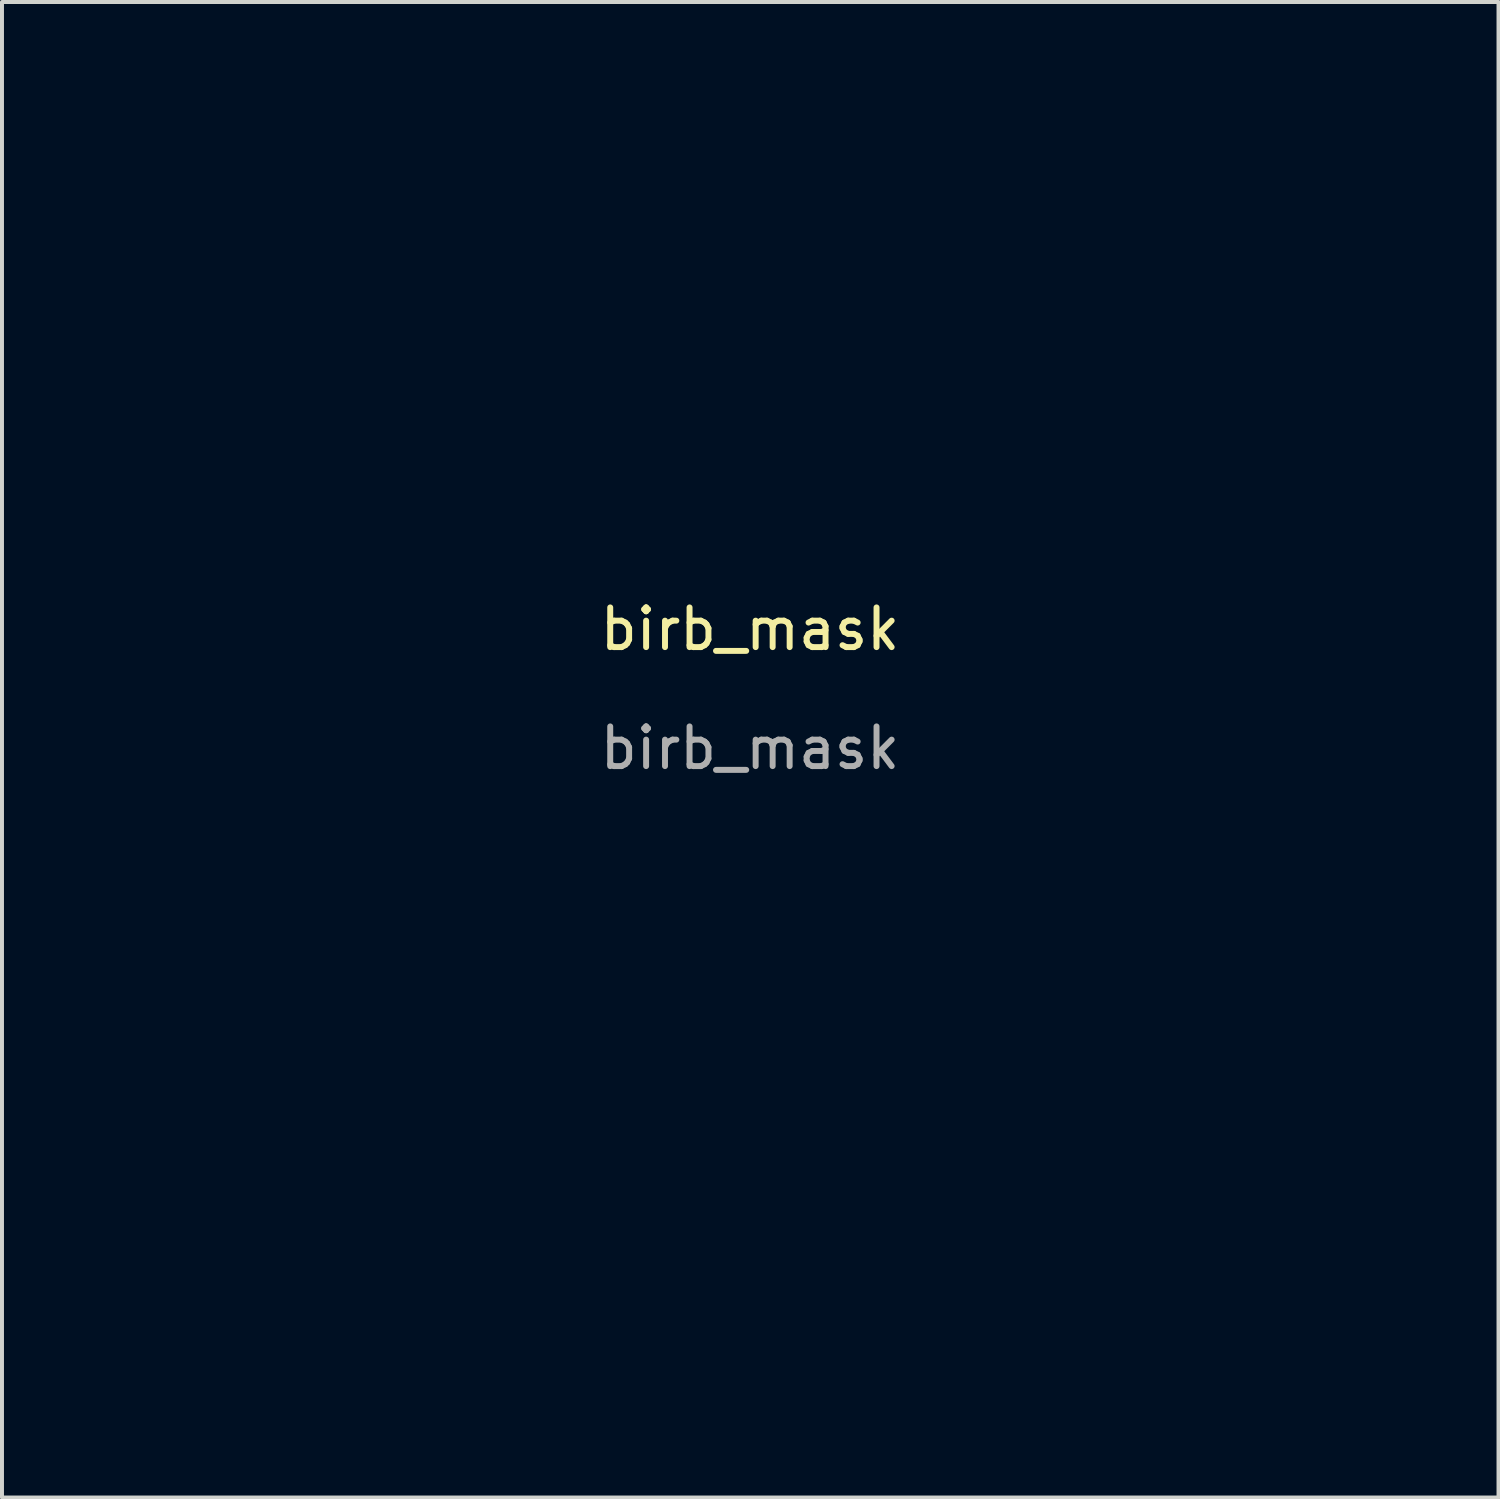
<source format=kicad_pcb>
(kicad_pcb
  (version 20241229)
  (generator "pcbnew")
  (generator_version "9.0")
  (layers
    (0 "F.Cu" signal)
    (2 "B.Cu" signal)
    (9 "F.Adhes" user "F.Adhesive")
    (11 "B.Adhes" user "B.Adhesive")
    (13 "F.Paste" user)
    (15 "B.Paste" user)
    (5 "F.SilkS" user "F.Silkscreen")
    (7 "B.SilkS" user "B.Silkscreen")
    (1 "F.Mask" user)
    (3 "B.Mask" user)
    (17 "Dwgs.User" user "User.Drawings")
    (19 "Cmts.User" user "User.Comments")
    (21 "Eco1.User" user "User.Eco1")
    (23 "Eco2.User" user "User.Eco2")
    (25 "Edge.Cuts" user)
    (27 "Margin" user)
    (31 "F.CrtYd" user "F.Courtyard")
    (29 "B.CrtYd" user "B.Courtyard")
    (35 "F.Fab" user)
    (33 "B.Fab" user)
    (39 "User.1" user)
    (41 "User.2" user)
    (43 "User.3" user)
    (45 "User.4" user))
  (footprint "birb_mask"
    (layer "F.Cu")
    (at 15.86 13.311)
    (property "Reference" "birb_mask" (at 0 -0.5 0) (unlocked yes) (layer "F.SilkS") (effects (font (size 1 1) (thickness 0.15))))
    (fp_poly (pts (xy 3.008 -13.311) (xy 3.237 -13.309) (xy 3.45 -13.306) (xy 3.64 -13.301) (xy 3.802 -13.295) (xy 3.929 -13.287) (xy 3.965 -13.284) (xy 4.301 -13.247) (xy 4.601 -13.207) (xy 4.869 -13.163) (xy 5.111 -13.113) (xy 5.334 -13.055) (xy 5.542 -12.99) (xy 5.741 -12.914) (xy 5.937 -12.827) (xy 6.028 -12.783) (xy 6.459 -12.556) (xy 6.854 -12.326) (xy 7.217 -12.089) (xy 7.552 -11.842) (xy 7.81 -11.631) (xy 7.896 -11.558) (xy 7.981 -11.486) (xy 8.053 -11.424) (xy 8.092 -11.392) (xy 8.222 -11.311) (xy 8.37 -11.263) (xy 8.527 -11.251) (xy 8.682 -11.275) (xy 8.707 -11.283) (xy 8.761 -11.306) (xy 8.842 -11.347) (xy 8.939 -11.401) (xy 9.045 -11.462) (xy 9.094 -11.491) (xy 9.565 -11.764) (xy 10.034 -12.008) (xy 10.496 -12.22) (xy 10.949 -12.4) (xy 11.388 -12.545) (xy 11.801 -12.653) (xy 12.194 -12.724) (xy 12.584 -12.764) (xy 12.964 -12.773) (xy 13.33 -12.749) (xy 13.674 -12.693) (xy 13.715 -12.684) (xy 13.963 -12.617) (xy 14.179 -12.535) (xy 14.372 -12.435) (xy 14.551 -12.31) (xy 14.726 -12.156) (xy 14.764 -12.119) (xy 14.855 -12.025) (xy 14.922 -11.945) (xy 14.974 -11.867) (xy 15.022 -11.778) (xy 15.033 -11.757) (xy 15.131 -11.526) (xy 15.213 -11.277) (xy 15.274 -11.028) (xy 15.295 -10.903) (xy 15.31 -10.746) (xy 15.32 -10.565) (xy 15.325 -10.37) (xy 15.324 -10.172) (xy 15.318 -9.979) (xy 15.307 -9.801) (xy 15.289 -9.647) (xy 15.284 -9.61) (xy 15.189 -9.155) (xy 15.054 -8.686) (xy 14.88 -8.204) (xy 14.666 -7.708) (xy 14.412 -7.199) (xy 14.119 -6.677) (xy 14.058 -6.575) (xy 13.981 -6.446) (xy 13.923 -6.346) (xy 13.881 -6.268) (xy 13.851 -6.206) (xy 13.831 -6.152) (xy 13.817 -6.101) (xy 13.809 -6.063) (xy 13.798 -5.95) (xy 13.809 -5.84) (xy 13.844 -5.727) (xy 13.907 -5.608) (xy 14 -5.476) (xy 14.125 -5.326) (xy 14.152 -5.296) (xy 14.319 -5.097) (xy 14.493 -4.87) (xy 14.667 -4.622) (xy 14.839 -4.359) (xy 15.005 -4.089) (xy 15.159 -3.818) (xy 15.299 -3.553) (xy 15.42 -3.3) (xy 15.518 -3.068) (xy 15.563 -2.943) (xy 15.631 -2.71) (xy 15.694 -2.438) (xy 15.75 -2.133) (xy 15.799 -1.798) (xy 15.84 -1.438) (xy 15.845 -1.383) (xy 15.854 -1.258) (xy 15.861 -1.096) (xy 15.866 -0.905) (xy 15.87 -0.69) (xy 15.872 -0.457) (xy 15.873 -0.213) (xy 15.871 0.037) (xy 15.869 0.286) (xy 15.864 0.527) (xy 15.858 0.755) (xy 15.851 0.964) (xy 15.842 1.148) (xy 15.834 1.271) (xy 15.736 2.324) (xy 15.604 3.386) (xy 15.437 4.453) (xy 15.239 5.523) (xy 15.008 6.591) (xy 14.747 7.656) (xy 14.456 8.713) (xy 14.136 9.759) (xy 13.789 10.792) (xy 13.414 11.809) (xy 13.014 12.805) (xy 12.59 13.779) (xy 12.141 14.726) (xy 11.669 15.644) (xy 11.176 16.53) (xy 10.945 16.921) (xy 10.829 17.113) (xy 10.732 17.272) (xy 10.651 17.402) (xy 10.585 17.506) (xy 10.529 17.587) (xy 10.482 17.65) (xy 10.441 17.697) (xy 10.403 17.733) (xy 10.365 17.761) (xy 10.326 17.783) (xy 10.289 17.802) (xy 10.156 17.845) (xy 10.023 17.853) (xy 9.899 17.825) (xy 9.833 17.792) (xy 9.765 17.739) (xy 9.702 17.674) (xy 9.683 17.649) (xy 9.656 17.608) (xy 9.634 17.57) (xy 9.617 17.529) (xy 9.603 17.483) (xy 9.594 17.426) (xy 9.589 17.353) (xy 9.587 17.261) (xy 9.587 17.145) (xy 9.591 17) (xy 9.596 16.822) (xy 9.604 16.606) (xy 9.604 16.596) (xy 9.61 16.413) (xy 9.615 16.194) (xy 9.619 15.941) (xy 9.623 15.66) (xy 9.626 15.355) (xy 9.629 15.03) (xy 9.631 14.689) (xy 9.632 14.337) (xy 9.633 13.978) (xy 9.634 13.616) (xy 9.633 13.255) (xy 9.632 12.9) (xy 9.631 12.555) (xy 9.629 12.224) (xy 9.626 11.912) (xy 9.623 11.622) (xy 9.619 11.36) (xy 9.614 11.129) (xy 9.609 10.933) (xy 9.606 10.841) (xy 9.573 10.025) (xy 9.535 9.247) (xy 9.494 8.503) (xy 9.447 7.789) (xy 9.396 7.102) (xy 9.34 6.436) (xy 9.277 5.789) (xy 9.209 5.156) (xy 9.135 4.533) (xy 9.054 3.917) (xy 9.019 3.661) (xy 8.974 3.353) (xy 8.927 3.044) (xy 8.878 2.735) (xy 8.828 2.432) (xy 8.777 2.136) (xy 8.727 1.851) (xy 8.677 1.581) (xy 8.629 1.328) (xy 8.582 1.097) (xy 8.538 0.89) (xy 8.498 0.711) (xy 8.461 0.563) (xy 8.429 0.449) (xy 8.401 0.373) (xy 8.395 0.359) (xy 8.295 0.207) (xy 8.168 0.084) (xy 8.019 -0.007) (xy 7.855 -0.063) (xy 7.681 -0.083) (xy 7.502 -0.064) (xy 7.445 -0.049) (xy 7.407 -0.038) (xy 7.375 -0.027) (xy 7.344 -0.014) (xy 7.309 0.004) (xy 7.265 0.03) (xy 7.208 0.067) (xy 7.133 0.117) (xy 7.036 0.184) (xy 6.913 0.271) (xy 6.808 0.344) (xy 6.514 0.547) (xy 6.191 0.766) (xy 5.846 0.995) (xy 5.488 1.229) (xy 5.125 1.464) (xy 4.763 1.693) (xy 4.706 1.729) (xy 4.535 1.836) (xy 4.397 1.921) (xy 4.288 1.987) (xy 4.205 2.035) (xy 4.144 2.067) (xy 4.102 2.085) (xy 4.077 2.091) (xy 4.065 2.088) (xy 4.057 2.069) (xy 4.06 2.037) (xy 4.076 1.984) (xy 4.109 1.905) (xy 4.144 1.824) (xy 4.286 1.484) (xy 4.402 1.161) (xy 4.495 0.842) (xy 4.57 0.515) (xy 4.572 0.51) (xy 4.595 0.359) (xy 4.612 0.182) (xy 4.621 -0.009) (xy 4.624 -0.203) (xy 4.619 -0.391) (xy 4.608 -0.561) (xy 4.588 -0.704) (xy 4.582 -0.737) (xy 4.545 -0.885) (xy 4.502 -1.035) (xy 4.455 -1.173) (xy 4.409 -1.287) (xy 4.394 -1.32) (xy 4.289 -1.486) (xy 4.149 -1.639) (xy 3.981 -1.771) (xy 3.793 -1.878) (xy 3.688 -1.922) (xy 3.515 -1.98) (xy 3.354 -2.023) (xy 3.193 -2.052) (xy 3.02 -2.069) (xy 2.823 -2.077) (xy 2.728 -2.077) (xy 2.437 -2.068) (xy 2.151 -2.038) (xy 1.863 -1.986) (xy 1.567 -1.91) (xy 1.256 -1.809) (xy 0.924 -1.682) (xy 0.761 -1.613) (xy 0.625 -1.558) (xy 0.524 -1.523) (xy 0.459 -1.51) (xy 0.43 -1.519) (xy 0.436 -1.547) (xy 0.535 -1.711) (xy 0.655 -1.904) (xy 0.79 -2.12) (xy 0.938 -2.353) (xy 1.095 -2.598) (xy 1.256 -2.847) (xy 1.419 -3.096) (xy 1.578 -3.339) (xy 1.731 -3.569) (xy 1.873 -3.78) (xy 2.001 -3.968) (xy 2.02 -3.995) (xy 2.148 -4.18) (xy 2.254 -4.334) (xy 2.341 -4.46) (xy 2.41 -4.562) (xy 2.463 -4.643) (xy 2.504 -4.707) (xy 2.534 -4.757) (xy 2.556 -4.798) (xy 2.571 -4.832) (xy 2.582 -4.863) (xy 2.59 -4.887) (xy 2.62 -5.061) (xy 2.612 -5.239) (xy 2.568 -5.413) (xy 2.488 -5.572) (xy 2.476 -5.589) (xy 2.418 -5.667) (xy 2.356 -5.731) (xy 2.284 -5.786) (xy 2.197 -5.834) (xy 2.09 -5.877) (xy 1.956 -5.917) (xy 1.791 -5.959) (xy 1.622 -5.996) (xy 0.88 -6.145) (xy 0.1 -6.285) (xy -0.717 -6.414) (xy -1.567 -6.533) (xy -2.447 -6.642) (xy -3.356 -6.74) (xy -4.29 -6.826) (xy -5.247 -6.9) (xy -5.911 -6.944) (xy -6.707 -6.989) (xy -7.528 -7.026) (xy -8.365 -7.056) (xy -9.214 -7.078) (xy -10.065 -7.093) (xy -10.913 -7.101) (xy -11.749 -7.1) (xy -12.568 -7.092) (xy -13.363 -7.076) (xy -14.125 -7.052) (xy -14.392 -7.041) (xy -14.569 -7.034) (xy -14.709 -7.031) (xy -14.82 -7.032) (xy -14.906 -7.039) (xy -14.973 -7.053) (xy -15.028 -7.075) (xy -15.077 -7.106) (xy -15.125 -7.148) (xy -15.165 -7.187) (xy -15.256 -7.293) (xy -15.31 -7.394) (xy -15.329 -7.498) (xy -15.315 -7.614) (xy -15.299 -7.67) (xy -15.27 -7.742) (xy -15.228 -7.809) (xy -15.168 -7.876) (xy -15.086 -7.947) (xy -14.978 -8.027) (xy -14.838 -8.119) (xy -14.783 -8.153) (xy -13.933 -8.663) (xy -13.049 -9.152) (xy -12.133 -9.618) (xy -11.189 -10.063) (xy -10.22 -10.483) (xy -9.228 -10.879) (xy -8.217 -11.249) (xy -7.19 -11.593) (xy -6.149 -11.909) (xy -5.098 -12.197) (xy -4.04 -12.455) (xy -2.978 -12.683) (xy -1.914 -12.88) (xy -0.852 -13.044) (xy 0.206 -13.175) (xy 1.255 -13.271) (xy 1.269 -13.273) (xy 1.422 -13.282) (xy 1.605 -13.29) (xy 1.813 -13.297) (xy 2.039 -13.303) (xy 2.277 -13.307) (xy 2.522 -13.31) (xy 2.767 -13.311)) (stroke (width 0) (type solid)) (fill yes) (layer "F.Mask"))
    (fp_poly (pts (xy -4.596 -0.372) (xy -4.237 -0.353) (xy -3.917 -0.32) (xy -3.637 -0.274) (xy -3.396 -0.216) (xy -3.257 -0.169) (xy -3.125 -0.113) (xy -2.969 -0.034) (xy -2.796 0.062) (xy -2.615 0.17) (xy -2.434 0.285) (xy -2.26 0.403) (xy -2.102 0.518) (xy -2.013 0.588) (xy -1.9 0.679) (xy -1.814 0.747) (xy -1.75 0.795) (xy -1.7 0.826) (xy -1.661 0.846) (xy -1.626 0.857) (xy -1.603 0.862) (xy -1.538 0.868) (xy -1.475 0.862) (xy -1.405 0.842) (xy -1.322 0.805) (xy -1.216 0.747) (xy -1.133 0.698) (xy -0.751 0.485) (xy -0.381 0.306) (xy -0.024 0.163) (xy 0.319 0.055) (xy 0.648 -0.017) (xy 0.96 -0.054) (xy 1.256 -0.054) (xy 1.533 -0.018) (xy 1.792 0.055) (xy 1.921 0.109) (xy 2.051 0.177) (xy 2.155 0.255) (xy 2.247 0.351) (xy 2.325 0.459) (xy 2.436 0.663) (xy 2.515 0.891) (xy 2.561 1.142) (xy 2.575 1.412) (xy 2.557 1.7) (xy 2.507 2.005) (xy 2.425 2.322) (xy 2.313 2.652) (xy 2.169 2.991) (xy 1.996 3.338) (xy 1.903 3.502) (xy 1.822 3.645) (xy 1.759 3.757) (xy 1.714 3.843) (xy 1.682 3.91) (xy 1.663 3.962) (xy 1.653 4.005) (xy 1.65 4.044) (xy 1.65 4.051) (xy 1.658 4.126) (xy 1.685 4.202) (xy 1.735 4.285) (xy 1.812 4.382) (xy 1.869 4.447) (xy 2.066 4.685) (xy 2.258 4.96) (xy 2.429 5.247) (xy 2.54 5.455) (xy 2.629 5.641) (xy 2.699 5.817) (xy 2.754 5.994) (xy 2.799 6.183) (xy 2.838 6.396) (xy 2.846 6.446) (xy 2.86 6.571) (xy 2.872 6.731) (xy 2.882 6.92) (xy 2.889 7.13) (xy 2.893 7.354) (xy 2.894 7.585) (xy 2.892 7.817) (xy 2.888 8.042) (xy 2.88 8.253) (xy 2.869 8.443) (xy 2.867 8.472) (xy 2.794 9.231) (xy 2.688 10.006) (xy 2.549 10.79) (xy 2.381 11.58) (xy 2.184 12.37) (xy 1.96 13.156) (xy 1.709 13.932) (xy 1.435 14.693) (xy 1.138 15.434) (xy 0.82 16.151) (xy 0.482 16.838) (xy 0.19 17.376) (xy 0.106 17.523) (xy 0.018 17.672) (xy -0.07 17.819) (xy -0.154 17.957) (xy -0.233 18.081) (xy -0.302 18.187) (xy -0.358 18.27) (xy -0.398 18.323) (xy -0.41 18.336) (xy -0.486 18.381) (xy -0.577 18.397) (xy -0.668 18.383) (xy -0.711 18.363) (xy -0.761 18.318) (xy -0.808 18.254) (xy -0.822 18.228) (xy -0.835 18.2) (xy -0.845 18.172) (xy -0.852 18.14) (xy -0.857 18.097) (xy -0.858 18.039) (xy -0.858 17.961) (xy -0.855 17.855) (xy -0.85 17.719) (xy -0.843 17.555) (xy -0.839 17.419) (xy -0.836 17.246) (xy -0.833 17.042) (xy -0.831 16.811) (xy -0.83 16.557) (xy -0.829 16.286) (xy -0.829 16.003) (xy -0.83 15.711) (xy -0.831 15.416) (xy -0.833 15.123) (xy -0.836 14.835) (xy -0.839 14.559) (xy -0.843 14.298) (xy -0.847 14.058) (xy -0.851 13.843) (xy -0.856 13.657) (xy -0.862 13.506) (xy -0.865 13.432) (xy -0.9 12.845) (xy -0.937 12.295) (xy -0.977 11.779) (xy -1.02 11.291) (xy -1.067 10.827) (xy -1.119 10.383) (xy -1.175 9.954) (xy -1.236 9.536) (xy -1.281 9.255) (xy -1.305 9.115) (xy -1.333 8.961) (xy -1.363 8.797) (xy -1.395 8.631) (xy -1.427 8.469) (xy -1.458 8.315) (xy -1.487 8.177) (xy -1.513 8.06) (xy -1.534 7.97) (xy -1.549 7.913) (xy -1.553 7.901) (xy -1.623 7.786) (xy -1.723 7.696) (xy -1.845 7.635) (xy -1.982 7.609) (xy -2.007 7.609) (xy -2.061 7.611) (xy -2.11 7.618) (xy -2.16 7.633) (xy -2.217 7.66) (xy -2.287 7.701) (xy -2.375 7.761) (xy -2.489 7.84) (xy -2.559 7.89) (xy -3.046 8.229) (xy -3.555 8.564) (xy -4.092 8.898) (xy -4.659 9.232) (xy -5.261 9.57) (xy -5.697 9.806) (xy -5.871 9.903) (xy -6.006 9.988) (xy -6.102 10.061) (xy -6.122 10.08) (xy -6.146 10.105) (xy -6.177 10.144) (xy -6.216 10.198) (xy -6.265 10.269) (xy -6.325 10.359) (xy -6.397 10.471) (xy -6.482 10.605) (xy -6.583 10.764) (xy -6.699 10.95) (xy -6.832 11.165) (xy -6.984 11.411) (xy -7.155 11.69) (xy -7.296 11.92) (xy -7.449 12.168) (xy -7.596 12.407) (xy -7.736 12.634) (xy -7.868 12.846) (xy -7.989 13.042) (xy -8.098 13.217) (xy -8.194 13.371) (xy -8.275 13.499) (xy -8.339 13.6) (xy -8.385 13.671) (xy -8.411 13.709) (xy -8.415 13.715) (xy -8.507 13.787) (xy -8.617 13.828) (xy -8.678 13.834) (xy -8.768 13.814) (xy -8.85 13.761) (xy -8.915 13.683) (xy -8.957 13.59) (xy -8.967 13.514) (xy -8.962 13.487) (xy -8.946 13.438) (xy -8.918 13.366) (xy -8.877 13.267) (xy -8.823 13.141) (xy -8.756 12.987) (xy -8.674 12.801) (xy -8.576 12.584) (xy -8.463 12.333) (xy -8.333 12.046) (xy -8.225 11.811) (xy -8.113 11.563) (xy -8.005 11.326) (xy -7.904 11.102) (xy -7.811 10.894) (xy -7.727 10.706) (xy -7.653 10.539) (xy -7.59 10.397) (xy -7.541 10.283) (xy -7.506 10.2) (xy -7.486 10.151) (xy -7.483 10.138) (xy -7.498 10.074) (xy -7.543 10.035) (xy -7.584 10.027) (xy -7.611 10.035) (xy -7.673 10.06) (xy -7.768 10.1) (xy -7.892 10.154) (xy -8.043 10.22) (xy -8.218 10.298) (xy -8.414 10.385) (xy -8.628 10.481) (xy -8.858 10.584) (xy -9.099 10.693) (xy -9.262 10.767) (xy -9.563 10.904) (xy -9.827 11.023) (xy -10.058 11.127) (xy -10.257 11.216) (xy -10.426 11.291) (xy -10.568 11.354) (xy -10.685 11.404) (xy -10.78 11.443) (xy -10.853 11.472) (xy -10.909 11.491) (xy -10.948 11.503) (xy -10.973 11.507) (xy -10.976 11.507) (xy -11.087 11.489) (xy -11.177 11.441) (xy -11.244 11.369) (xy -11.283 11.281) (xy -11.293 11.184) (xy -11.271 11.086) (xy -11.213 10.994) (xy -11.185 10.965) (xy -11.16 10.948) (xy -11.101 10.91) (xy -11.012 10.853) (xy -10.894 10.779) (xy -10.751 10.689) (xy -10.584 10.585) (xy -10.396 10.469) (xy -10.19 10.341) (xy -9.969 10.204) (xy -9.734 10.059) (xy -9.489 9.908) (xy -9.39 9.848) (xy -9.141 9.694) (xy -8.901 9.546) (xy -8.672 9.404) (xy -8.458 9.271) (xy -8.261 9.148) (xy -8.084 9.037) (xy -7.929 8.939) (xy -7.798 8.856) (xy -7.695 8.79) (xy -7.622 8.742) (xy -7.581 8.714) (xy -7.575 8.708) (xy -7.529 8.662) (xy -7.485 8.609) (xy -7.439 8.545) (xy -7.387 8.462) (xy -7.326 8.356) (xy -7.252 8.221) (xy -7.211 8.144) (xy -6.832 7.454) (xy -6.446 6.79) (xy -6.055 6.156) (xy -5.663 5.558) (xy -5.345 5.102) (xy -5.258 4.977) (xy -5.184 4.864) (xy -5.127 4.771) (xy -5.091 4.702) (xy -5.083 4.679) (xy -5.062 4.543) (xy -5.084 4.409) (xy -5.146 4.28) (xy -5.147 4.279) (xy -5.189 4.224) (xy -5.238 4.177) (xy -5.3 4.138) (xy -5.381 4.102) (xy -5.485 4.068) (xy -5.617 4.034) (xy -5.784 3.998) (xy -5.873 3.98) (xy -6.333 3.892) (xy -6.795 3.813) (xy -7.264 3.74) (xy -7.745 3.675) (xy -8.242 3.616) (xy -8.76 3.563) (xy -9.302 3.515) (xy -9.874 3.472) (xy -10.48 3.434) (xy -10.987 3.406) (xy -11.143 3.399) (xy -11.335 3.393) (xy -11.559 3.387) (xy -11.81 3.383) (xy -12.082 3.379) (xy -12.37 3.375) (xy -12.668 3.373) (xy -12.972 3.371) (xy -13.275 3.37) (xy -13.574 3.369) (xy -13.861 3.37) (xy -14.133 3.371) (xy -14.384 3.374) (xy -14.608 3.377) (xy -14.801 3.381) (xy -14.892 3.384) (xy -15.098 3.391) (xy -15.265 3.396) (xy -15.4 3.399) (xy -15.505 3.398) (xy -15.587 3.393) (xy -15.649 3.385) (xy -15.695 3.372) (xy -15.731 3.353) (xy -15.761 3.33) (xy -15.789 3.299) (xy -15.805 3.281) (xy -15.851 3.195) (xy -15.86 3.095) (xy -15.831 2.986) (xy -15.82 2.965) (xy -15.797 2.929) (xy -15.759 2.89) (xy -15.704 2.843) (xy -15.628 2.788) (xy -15.528 2.723) (xy -15.401 2.644) (xy -15.245 2.551) (xy -15.056 2.441) (xy -14.963 2.387) (xy -14.359 2.058) (xy -13.727 1.744) (xy -13.069 1.447) (xy -12.39 1.167) (xy -11.694 0.908) (xy -10.986 0.668) (xy -10.27 0.45) (xy -9.549 0.255) (xy -8.829 0.084) (xy -8.113 -0.062) (xy -7.406 -0.182) (xy -6.712 -0.275) (xy -6.035 -0.339) (xy -5.379 -0.373) (xy -4.996 -0.379)) (stroke (width 0) (type solid)) (fill yes) (layer "F.Mask"))
    (fp_poly (pts (xy 3.008 -13.311) (xy 3.237 -13.309) (xy 3.45 -13.306) (xy 3.64 -13.301) (xy 3.802 -13.295) (xy 3.929 -13.287) (xy 3.965 -13.284) (xy 4.301 -13.247) (xy 4.601 -13.207) (xy 4.869 -13.163) (xy 5.111 -13.113) (xy 5.334 -13.055) (xy 5.542 -12.99) (xy 5.741 -12.914) (xy 5.937 -12.827) (xy 6.028 -12.783) (xy 6.459 -12.556) (xy 6.854 -12.326) (xy 7.217 -12.089) (xy 7.552 -11.842) (xy 7.81 -11.631) (xy 7.896 -11.558) (xy 7.981 -11.486) (xy 8.053 -11.424) (xy 8.092 -11.392) (xy 8.222 -11.311) (xy 8.37 -11.263) (xy 8.527 -11.251) (xy 8.682 -11.275) (xy 8.707 -11.283) (xy 8.761 -11.306) (xy 8.842 -11.347) (xy 8.939 -11.401) (xy 9.045 -11.462) (xy 9.094 -11.491) (xy 9.565 -11.764) (xy 10.034 -12.008) (xy 10.496 -12.22) (xy 10.949 -12.4) (xy 11.388 -12.545) (xy 11.801 -12.653) (xy 12.194 -12.724) (xy 12.584 -12.764) (xy 12.964 -12.773) (xy 13.33 -12.749) (xy 13.674 -12.693) (xy 13.715 -12.684) (xy 13.963 -12.617) (xy 14.179 -12.535) (xy 14.372 -12.435) (xy 14.551 -12.31) (xy 14.726 -12.156) (xy 14.764 -12.119) (xy 14.855 -12.025) (xy 14.922 -11.945) (xy 14.974 -11.867) (xy 15.022 -11.778) (xy 15.033 -11.757) (xy 15.131 -11.526) (xy 15.213 -11.277) (xy 15.274 -11.028) (xy 15.295 -10.903) (xy 15.31 -10.746) (xy 15.32 -10.565) (xy 15.325 -10.37) (xy 15.324 -10.172) (xy 15.318 -9.979) (xy 15.307 -9.801) (xy 15.289 -9.647) (xy 15.284 -9.61) (xy 15.189 -9.155) (xy 15.054 -8.686) (xy 14.88 -8.204) (xy 14.666 -7.708) (xy 14.412 -7.199) (xy 14.119 -6.677) (xy 14.058 -6.575) (xy 13.981 -6.446) (xy 13.923 -6.346) (xy 13.881 -6.268) (xy 13.851 -6.206) (xy 13.831 -6.152) (xy 13.817 -6.101) (xy 13.809 -6.063) (xy 13.798 -5.95) (xy 13.809 -5.84) (xy 13.844 -5.727) (xy 13.907 -5.608) (xy 14 -5.476) (xy 14.125 -5.326) (xy 14.152 -5.296) (xy 14.319 -5.097) (xy 14.493 -4.87) (xy 14.667 -4.622) (xy 14.839 -4.359) (xy 15.005 -4.089) (xy 15.159 -3.818) (xy 15.299 -3.553) (xy 15.42 -3.3) (xy 15.518 -3.068) (xy 15.563 -2.943) (xy 15.631 -2.71) (xy 15.694 -2.438) (xy 15.75 -2.133) (xy 15.799 -1.798) (xy 15.84 -1.438) (xy 15.845 -1.383) (xy 15.854 -1.258) (xy 15.861 -1.096) (xy 15.866 -0.905) (xy 15.87 -0.69) (xy 15.872 -0.457) (xy 15.873 -0.213) (xy 15.871 0.037) (xy 15.869 0.286) (xy 15.864 0.527) (xy 15.858 0.755) (xy 15.851 0.964) (xy 15.842 1.148) (xy 15.834 1.271) (xy 15.736 2.324) (xy 15.604 3.386) (xy 15.437 4.453) (xy 15.239 5.523) (xy 15.008 6.591) (xy 14.747 7.656) (xy 14.456 8.713) (xy 14.136 9.759) (xy 13.789 10.792) (xy 13.414 11.809) (xy 13.014 12.805) (xy 12.59 13.779) (xy 12.141 14.726) (xy 11.669 15.644) (xy 11.176 16.53) (xy 10.945 16.921) (xy 10.829 17.113) (xy 10.732 17.272) (xy 10.651 17.402) (xy 10.585 17.506) (xy 10.529 17.587) (xy 10.482 17.65) (xy 10.441 17.697) (xy 10.403 17.733) (xy 10.365 17.761) (xy 10.326 17.783) (xy 10.289 17.802) (xy 10.156 17.845) (xy 10.023 17.853) (xy 9.899 17.825) (xy 9.833 17.792) (xy 9.765 17.739) (xy 9.702 17.674) (xy 9.683 17.649) (xy 9.656 17.608) (xy 9.634 17.57) (xy 9.617 17.529) (xy 9.603 17.483) (xy 9.594 17.426) (xy 9.589 17.353) (xy 9.587 17.261) (xy 9.587 17.145) (xy 9.591 17) (xy 9.596 16.822) (xy 9.604 16.606) (xy 9.604 16.596) (xy 9.61 16.413) (xy 9.615 16.194) (xy 9.619 15.941) (xy 9.623 15.66) (xy 9.626 15.355) (xy 9.629 15.03) (xy 9.631 14.689) (xy 9.632 14.337) (xy 9.633 13.978) (xy 9.634 13.616) (xy 9.633 13.255) (xy 9.632 12.9) (xy 9.631 12.555) (xy 9.629 12.224) (xy 9.626 11.912) (xy 9.623 11.622) (xy 9.619 11.36) (xy 9.614 11.129) (xy 9.609 10.933) (xy 9.606 10.841) (xy 9.573 10.025) (xy 9.535 9.247) (xy 9.494 8.503) (xy 9.447 7.789) (xy 9.396 7.102) (xy 9.34 6.436) (xy 9.277 5.789) (xy 9.209 5.156) (xy 9.135 4.533) (xy 9.054 3.917) (xy 9.019 3.661) (xy 8.974 3.353) (xy 8.927 3.044) (xy 8.878 2.735) (xy 8.828 2.432) (xy 8.777 2.136) (xy 8.727 1.851) (xy 8.677 1.581) (xy 8.629 1.328) (xy 8.582 1.097) (xy 8.538 0.89) (xy 8.498 0.711) (xy 8.461 0.563) (xy 8.429 0.449) (xy 8.401 0.373) (xy 8.395 0.359) (xy 8.295 0.207) (xy 8.168 0.084) (xy 8.019 -0.007) (xy 7.855 -0.063) (xy 7.681 -0.083) (xy 7.502 -0.064) (xy 7.445 -0.049) (xy 7.407 -0.038) (xy 7.375 -0.027) (xy 7.344 -0.014) (xy 7.309 0.004) (xy 7.265 0.03) (xy 7.208 0.067) (xy 7.133 0.117) (xy 7.036 0.184) (xy 6.913 0.271) (xy 6.808 0.344) (xy 6.514 0.547) (xy 6.191 0.766) (xy 5.846 0.995) (xy 5.488 1.229) (xy 5.125 1.464) (xy 4.763 1.693) (xy 4.706 1.729) (xy 4.535 1.836) (xy 4.397 1.921) (xy 4.288 1.987) (xy 4.205 2.035) (xy 4.144 2.067) (xy 4.102 2.085) (xy 4.077 2.091) (xy 4.065 2.088) (xy 4.057 2.069) (xy 4.06 2.037) (xy 4.076 1.984) (xy 4.109 1.905) (xy 4.144 1.824) (xy 4.286 1.484) (xy 4.402 1.161) (xy 4.495 0.842) (xy 4.57 0.515) (xy 4.572 0.51) (xy 4.595 0.359) (xy 4.612 0.182) (xy 4.621 -0.009) (xy 4.624 -0.203) (xy 4.619 -0.391) (xy 4.608 -0.561) (xy 4.588 -0.704) (xy 4.582 -0.737) (xy 4.545 -0.885) (xy 4.502 -1.035) (xy 4.455 -1.173) (xy 4.409 -1.287) (xy 4.394 -1.32) (xy 4.289 -1.486) (xy 4.149 -1.639) (xy 3.981 -1.771) (xy 3.793 -1.878) (xy 3.688 -1.922) (xy 3.515 -1.98) (xy 3.354 -2.023) (xy 3.193 -2.052) (xy 3.02 -2.069) (xy 2.823 -2.077) (xy 2.728 -2.077) (xy 2.437 -2.068) (xy 2.151 -2.038) (xy 1.863 -1.986) (xy 1.567 -1.91) (xy 1.256 -1.809) (xy 0.924 -1.682) (xy 0.761 -1.613) (xy 0.625 -1.558) (xy 0.524 -1.523) (xy 0.459 -1.51) (xy 0.43 -1.519) (xy 0.436 -1.547) (xy 0.535 -1.711) (xy 0.655 -1.904) (xy 0.79 -2.12) (xy 0.938 -2.353) (xy 1.095 -2.598) (xy 1.256 -2.847) (xy 1.419 -3.096) (xy 1.578 -3.339) (xy 1.731 -3.569) (xy 1.873 -3.78) (xy 2.001 -3.968) (xy 2.02 -3.995) (xy 2.148 -4.18) (xy 2.254 -4.334) (xy 2.341 -4.46) (xy 2.41 -4.562) (xy 2.463 -4.643) (xy 2.504 -4.707) (xy 2.534 -4.757) (xy 2.556 -4.798) (xy 2.571 -4.832) (xy 2.582 -4.863) (xy 2.59 -4.887) (xy 2.62 -5.061) (xy 2.612 -5.239) (xy 2.568 -5.413) (xy 2.488 -5.572) (xy 2.476 -5.589) (xy 2.418 -5.667) (xy 2.356 -5.731) (xy 2.284 -5.786) (xy 2.197 -5.834) (xy 2.09 -5.877) (xy 1.956 -5.917) (xy 1.791 -5.959) (xy 1.622 -5.996) (xy 0.88 -6.145) (xy 0.1 -6.285) (xy -0.717 -6.414) (xy -1.567 -6.533) (xy -2.447 -6.642) (xy -3.356 -6.74) (xy -4.29 -6.826) (xy -5.247 -6.9) (xy -5.911 -6.944) (xy -6.707 -6.989) (xy -7.528 -7.026) (xy -8.365 -7.056) (xy -9.214 -7.078) (xy -10.065 -7.093) (xy -10.913 -7.101) (xy -11.749 -7.1) (xy -12.568 -7.092) (xy -13.363 -7.076) (xy -14.125 -7.052) (xy -14.392 -7.041) (xy -14.569 -7.034) (xy -14.709 -7.031) (xy -14.82 -7.032) (xy -14.906 -7.039) (xy -14.973 -7.053) (xy -15.028 -7.075) (xy -15.077 -7.106) (xy -15.125 -7.148) (xy -15.165 -7.187) (xy -15.256 -7.293) (xy -15.31 -7.394) (xy -15.329 -7.498) (xy -15.315 -7.614) (xy -15.299 -7.67) (xy -15.27 -7.742) (xy -15.228 -7.809) (xy -15.168 -7.876) (xy -15.086 -7.947) (xy -14.978 -8.027) (xy -14.838 -8.119) (xy -14.783 -8.153) (xy -13.933 -8.663) (xy -13.049 -9.152) (xy -12.133 -9.618) (xy -11.189 -10.063) (xy -10.22 -10.483) (xy -9.228 -10.879) (xy -8.217 -11.249) (xy -7.19 -11.593) (xy -6.149 -11.909) (xy -5.098 -12.197) (xy -4.04 -12.455) (xy -2.978 -12.683) (xy -1.914 -12.88) (xy -0.852 -13.044) (xy 0.206 -13.175) (xy 1.255 -13.271) (xy 1.269 -13.273) (xy 1.422 -13.282) (xy 1.605 -13.29) (xy 1.813 -13.297) (xy 2.039 -13.303) (xy 2.277 -13.307) (xy 2.522 -13.31) (xy 2.767 -13.311)) (stroke (width 0) (type solid)) (fill yes) (layer "B.Mask"))
    (fp_poly (pts (xy -4.596 -0.372) (xy -4.237 -0.353) (xy -3.917 -0.32) (xy -3.637 -0.274) (xy -3.396 -0.216) (xy -3.257 -0.169) (xy -3.125 -0.113) (xy -2.969 -0.034) (xy -2.796 0.062) (xy -2.615 0.17) (xy -2.434 0.285) (xy -2.26 0.403) (xy -2.102 0.518) (xy -2.013 0.588) (xy -1.9 0.679) (xy -1.814 0.747) (xy -1.75 0.795) (xy -1.7 0.826) (xy -1.661 0.846) (xy -1.626 0.857) (xy -1.603 0.862) (xy -1.538 0.868) (xy -1.475 0.862) (xy -1.405 0.842) (xy -1.322 0.805) (xy -1.216 0.747) (xy -1.133 0.698) (xy -0.751 0.485) (xy -0.381 0.306) (xy -0.024 0.163) (xy 0.319 0.055) (xy 0.648 -0.017) (xy 0.96 -0.054) (xy 1.256 -0.054) (xy 1.533 -0.018) (xy 1.792 0.055) (xy 1.921 0.109) (xy 2.051 0.177) (xy 2.155 0.255) (xy 2.247 0.351) (xy 2.325 0.459) (xy 2.436 0.663) (xy 2.515 0.891) (xy 2.561 1.142) (xy 2.575 1.412) (xy 2.557 1.7) (xy 2.507 2.005) (xy 2.425 2.322) (xy 2.313 2.652) (xy 2.169 2.991) (xy 1.996 3.338) (xy 1.903 3.502) (xy 1.822 3.645) (xy 1.759 3.757) (xy 1.714 3.843) (xy 1.682 3.91) (xy 1.663 3.962) (xy 1.653 4.005) (xy 1.65 4.044) (xy 1.65 4.051) (xy 1.658 4.126) (xy 1.685 4.202) (xy 1.735 4.285) (xy 1.812 4.382) (xy 1.869 4.447) (xy 2.066 4.685) (xy 2.258 4.96) (xy 2.429 5.247) (xy 2.54 5.455) (xy 2.629 5.641) (xy 2.699 5.817) (xy 2.754 5.994) (xy 2.799 6.183) (xy 2.838 6.396) (xy 2.846 6.446) (xy 2.86 6.571) (xy 2.872 6.731) (xy 2.882 6.92) (xy 2.889 7.13) (xy 2.893 7.354) (xy 2.894 7.585) (xy 2.892 7.817) (xy 2.888 8.042) (xy 2.88 8.253) (xy 2.869 8.443) (xy 2.867 8.472) (xy 2.794 9.231) (xy 2.688 10.006) (xy 2.549 10.79) (xy 2.381 11.58) (xy 2.184 12.37) (xy 1.96 13.156) (xy 1.709 13.932) (xy 1.435 14.693) (xy 1.138 15.434) (xy 0.82 16.151) (xy 0.482 16.838) (xy 0.19 17.376) (xy 0.106 17.523) (xy 0.018 17.672) (xy -0.07 17.819) (xy -0.154 17.957) (xy -0.233 18.081) (xy -0.302 18.187) (xy -0.358 18.27) (xy -0.398 18.323) (xy -0.41 18.336) (xy -0.486 18.381) (xy -0.577 18.397) (xy -0.668 18.383) (xy -0.711 18.363) (xy -0.761 18.318) (xy -0.808 18.254) (xy -0.822 18.228) (xy -0.835 18.2) (xy -0.845 18.172) (xy -0.852 18.14) (xy -0.857 18.097) (xy -0.858 18.039) (xy -0.858 17.961) (xy -0.855 17.855) (xy -0.85 17.719) (xy -0.843 17.555) (xy -0.839 17.419) (xy -0.836 17.246) (xy -0.833 17.042) (xy -0.831 16.811) (xy -0.83 16.557) (xy -0.829 16.286) (xy -0.829 16.003) (xy -0.83 15.711) (xy -0.831 15.416) (xy -0.833 15.123) (xy -0.836 14.835) (xy -0.839 14.559) (xy -0.843 14.298) (xy -0.847 14.058) (xy -0.851 13.843) (xy -0.856 13.657) (xy -0.862 13.506) (xy -0.865 13.432) (xy -0.9 12.845) (xy -0.937 12.295) (xy -0.977 11.779) (xy -1.02 11.291) (xy -1.067 10.827) (xy -1.119 10.383) (xy -1.175 9.954) (xy -1.236 9.536) (xy -1.281 9.255) (xy -1.305 9.115) (xy -1.333 8.961) (xy -1.363 8.797) (xy -1.395 8.631) (xy -1.427 8.469) (xy -1.458 8.315) (xy -1.487 8.177) (xy -1.513 8.06) (xy -1.534 7.97) (xy -1.549 7.913) (xy -1.553 7.901) (xy -1.623 7.786) (xy -1.723 7.696) (xy -1.845 7.635) (xy -1.982 7.609) (xy -2.007 7.609) (xy -2.061 7.611) (xy -2.11 7.618) (xy -2.16 7.633) (xy -2.217 7.66) (xy -2.287 7.701) (xy -2.375 7.761) (xy -2.489 7.84) (xy -2.559 7.89) (xy -3.046 8.229) (xy -3.555 8.564) (xy -4.092 8.898) (xy -4.659 9.232) (xy -5.261 9.57) (xy -5.697 9.806) (xy -5.871 9.903) (xy -6.006 9.988) (xy -6.102 10.061) (xy -6.122 10.08) (xy -6.146 10.105) (xy -6.177 10.144) (xy -6.216 10.198) (xy -6.265 10.269) (xy -6.325 10.359) (xy -6.397 10.471) (xy -6.482 10.605) (xy -6.583 10.764) (xy -6.699 10.95) (xy -6.832 11.165) (xy -6.984 11.411) (xy -7.155 11.69) (xy -7.296 11.92) (xy -7.449 12.168) (xy -7.596 12.407) (xy -7.736 12.634) (xy -7.868 12.846) (xy -7.989 13.042) (xy -8.098 13.217) (xy -8.194 13.371) (xy -8.275 13.499) (xy -8.339 13.6) (xy -8.385 13.671) (xy -8.411 13.709) (xy -8.415 13.715) (xy -8.507 13.787) (xy -8.617 13.828) (xy -8.678 13.834) (xy -8.768 13.814) (xy -8.85 13.761) (xy -8.915 13.683) (xy -8.957 13.59) (xy -8.967 13.514) (xy -8.962 13.487) (xy -8.946 13.438) (xy -8.918 13.366) (xy -8.877 13.267) (xy -8.823 13.141) (xy -8.756 12.987) (xy -8.674 12.801) (xy -8.576 12.584) (xy -8.463 12.333) (xy -8.333 12.046) (xy -8.225 11.811) (xy -8.113 11.563) (xy -8.005 11.326) (xy -7.904 11.102) (xy -7.811 10.894) (xy -7.727 10.706) (xy -7.653 10.539) (xy -7.59 10.397) (xy -7.541 10.283) (xy -7.506 10.2) (xy -7.486 10.151) (xy -7.483 10.138) (xy -7.498 10.074) (xy -7.543 10.035) (xy -7.584 10.027) (xy -7.611 10.035) (xy -7.673 10.06) (xy -7.768 10.1) (xy -7.892 10.154) (xy -8.043 10.22) (xy -8.218 10.298) (xy -8.414 10.385) (xy -8.628 10.481) (xy -8.858 10.584) (xy -9.099 10.693) (xy -9.262 10.767) (xy -9.563 10.904) (xy -9.827 11.023) (xy -10.058 11.127) (xy -10.257 11.216) (xy -10.426 11.291) (xy -10.568 11.354) (xy -10.685 11.404) (xy -10.78 11.443) (xy -10.853 11.472) (xy -10.909 11.491) (xy -10.948 11.503) (xy -10.973 11.507) (xy -10.976 11.507) (xy -11.087 11.489) (xy -11.177 11.441) (xy -11.244 11.369) (xy -11.283 11.281) (xy -11.293 11.184) (xy -11.271 11.086) (xy -11.213 10.994) (xy -11.185 10.965) (xy -11.16 10.948) (xy -11.101 10.91) (xy -11.012 10.853) (xy -10.894 10.779) (xy -10.751 10.689) (xy -10.584 10.585) (xy -10.396 10.469) (xy -10.19 10.341) (xy -9.969 10.204) (xy -9.734 10.059) (xy -9.489 9.908) (xy -9.39 9.848) (xy -9.141 9.694) (xy -8.901 9.546) (xy -8.672 9.404) (xy -8.458 9.271) (xy -8.261 9.148) (xy -8.084 9.037) (xy -7.929 8.939) (xy -7.798 8.856) (xy -7.695 8.79) (xy -7.622 8.742) (xy -7.581 8.714) (xy -7.575 8.708) (xy -7.529 8.662) (xy -7.485 8.609) (xy -7.439 8.545) (xy -7.387 8.462) (xy -7.326 8.356) (xy -7.252 8.221) (xy -7.211 8.144) (xy -6.832 7.454) (xy -6.446 6.79) (xy -6.055 6.156) (xy -5.663 5.558) (xy -5.345 5.102) (xy -5.258 4.977) (xy -5.184 4.864) (xy -5.127 4.771) (xy -5.091 4.702) (xy -5.083 4.679) (xy -5.062 4.543) (xy -5.084 4.409) (xy -5.146 4.28) (xy -5.147 4.279) (xy -5.189 4.224) (xy -5.238 4.177) (xy -5.3 4.138) (xy -5.381 4.102) (xy -5.485 4.068) (xy -5.617 4.034) (xy -5.784 3.998) (xy -5.873 3.98) (xy -6.333 3.892) (xy -6.795 3.813) (xy -7.264 3.74) (xy -7.745 3.675) (xy -8.242 3.616) (xy -8.76 3.563) (xy -9.302 3.515) (xy -9.874 3.472) (xy -10.48 3.434) (xy -10.987 3.406) (xy -11.143 3.399) (xy -11.335 3.393) (xy -11.559 3.387) (xy -11.81 3.383) (xy -12.082 3.379) (xy -12.37 3.375) (xy -12.668 3.373) (xy -12.972 3.371) (xy -13.275 3.37) (xy -13.574 3.369) (xy -13.861 3.37) (xy -14.133 3.371) (xy -14.384 3.374) (xy -14.608 3.377) (xy -14.801 3.381) (xy -14.892 3.384) (xy -15.098 3.391) (xy -15.265 3.396) (xy -15.4 3.399) (xy -15.505 3.398) (xy -15.587 3.393) (xy -15.649 3.385) (xy -15.695 3.372) (xy -15.731 3.353) (xy -15.761 3.33) (xy -15.789 3.299) (xy -15.805 3.281) (xy -15.851 3.195) (xy -15.86 3.095) (xy -15.831 2.986) (xy -15.82 2.965) (xy -15.797 2.929) (xy -15.759 2.89) (xy -15.704 2.843) (xy -15.628 2.788) (xy -15.528 2.723) (xy -15.401 2.644) (xy -15.245 2.551) (xy -15.056 2.441) (xy -14.963 2.387) (xy -14.359 2.058) (xy -13.727 1.744) (xy -13.069 1.447) (xy -12.39 1.167) (xy -11.694 0.908) (xy -10.986 0.668) (xy -10.27 0.45) (xy -9.549 0.255) (xy -8.829 0.084) (xy -8.113 -0.062) (xy -7.406 -0.182) (xy -6.712 -0.275) (xy -6.035 -0.339) (xy -5.379 -0.373) (xy -4.996 -0.379)) (stroke (width 0) (type solid)) (fill yes) (layer "B.Mask"))
    (fp_text user "${REFERENCE}" (at 0 2.5 0) (unlocked yes) (layer "F.Fab") (effects (font (size 1 1) (thickness 0.15)))))
  (gr_rect
    (start -3 -3)
    (end 34.733 34.708)
    (stroke (width 0.1) (type default))
    (fill no)
    (layer "Edge.Cuts")))
</source>
